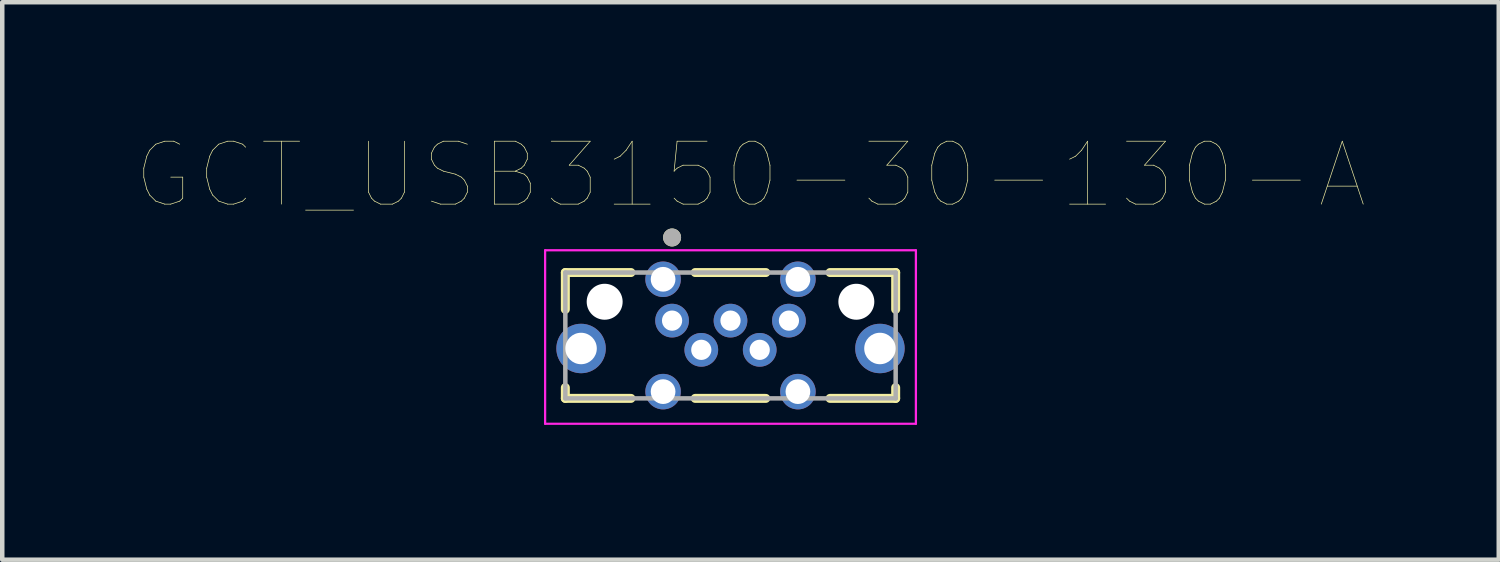
<source format=kicad_pcb>
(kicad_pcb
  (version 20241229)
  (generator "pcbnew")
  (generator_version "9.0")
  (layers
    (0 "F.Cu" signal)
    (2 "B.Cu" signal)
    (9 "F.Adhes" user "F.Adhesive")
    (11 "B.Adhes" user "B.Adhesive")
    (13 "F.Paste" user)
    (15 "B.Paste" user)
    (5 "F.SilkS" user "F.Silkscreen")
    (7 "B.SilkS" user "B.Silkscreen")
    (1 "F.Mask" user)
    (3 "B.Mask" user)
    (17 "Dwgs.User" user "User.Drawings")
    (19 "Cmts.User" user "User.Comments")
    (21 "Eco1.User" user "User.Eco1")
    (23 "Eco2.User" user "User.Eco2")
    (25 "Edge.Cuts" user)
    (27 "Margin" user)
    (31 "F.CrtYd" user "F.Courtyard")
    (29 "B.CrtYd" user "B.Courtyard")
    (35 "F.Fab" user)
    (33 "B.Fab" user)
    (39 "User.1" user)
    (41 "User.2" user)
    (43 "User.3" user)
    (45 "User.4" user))
  (footprint "GCT_USB3150-30-130-A"
    (layer "F.Cu")
    (at 13.204 4.734)
    (property "Reference" "GCT_USB3150-30-130-A" (at 0.445 -3.889 0) (layer "F.SilkS") (effects (font (size 1.4 1.4) (thickness 0.015))))
    (attr through_hole)
    (fp_line (start -3.675 -1.72) (end -3.675 -0.9) (stroke (width 0.2) (type solid)) (layer "F.SilkS"))
    (fp_line (start -3.675 -1.72) (end -2.215 -1.72) (stroke (width 0.2) (type solid)) (layer "F.SilkS"))
    (fp_line (start -3.675 0.84) (end -3.675 1.08) (stroke (width 0.2) (type solid)) (layer "F.SilkS"))
    (fp_line (start -3.675 1.08) (end -2.215 1.08) (stroke (width 0.2) (type solid)) (layer "F.SilkS"))
    (fp_line (start -0.785 -1.72) (end 0.785 -1.72) (stroke (width 0.2) (type solid)) (layer "F.SilkS"))
    (fp_line (start -0.785 1.08) (end 0.785 1.08) (stroke (width 0.2) (type solid)) (layer "F.SilkS"))
    (fp_line (start 2.215 -1.72) (end 3.675 -1.72) (stroke (width 0.2) (type solid)) (layer "F.SilkS"))
    (fp_line (start 2.215 1.08) (end 3.675 1.08) (stroke (width 0.2) (type solid)) (layer "F.SilkS"))
    (fp_line (start 3.675 -1.72) (end 3.675 -0.9) (stroke (width 0.2) (type solid)) (layer "F.SilkS"))
    (fp_line (start 3.675 0.84) (end 3.675 1.08) (stroke (width 0.2) (type solid)) (layer "F.SilkS"))
    (fp_circle (center -1.3 -2.5) (end -1.2 -2.5) (stroke (width 0.2) (type solid)) (fill no) (layer "F.SilkS"))
    (fp_line (start -4.125 -2.215) (end -4.125 1.645) (stroke (width 0.05) (type solid)) (layer "F.CrtYd"))
    (fp_line (start -4.125 -2.215) (end 4.125 -2.215) (stroke (width 0.05) (type solid)) (layer "F.CrtYd"))
    (fp_line (start 4.125 1.645) (end -4.125 1.645) (stroke (width 0.05) (type solid)) (layer "F.CrtYd"))
    (fp_line (start 4.125 1.645) (end 4.125 -2.215) (stroke (width 0.05) (type solid)) (layer "F.CrtYd"))
    (fp_line (start -3.675 -1.72) (end -3.675 1.08) (stroke (width 0.1) (type solid)) (layer "F.Fab"))
    (fp_line (start -3.675 -1.72) (end 3.675 -1.72) (stroke (width 0.1) (type solid)) (layer "F.Fab"))
    (fp_line (start 3.675 1.08) (end -3.675 1.08) (stroke (width 0.1) (type solid)) (layer "F.Fab"))
    (fp_line (start 3.675 1.08) (end 3.675 -1.72) (stroke (width 0.1) (type solid)) (layer "F.Fab"))
    (fp_circle (center -1.3 -2.5) (end -1.2 -2.5) (stroke (width 0.2) (type solid)) (fill no) (layer "F.Fab"))
    (pad "" np_thru_hole circle (at -2.8 -1.07) (size 0.8 0.8) (drill 0.8) (layers "*.Cu" "*.Mask"))
    (pad "" np_thru_hole circle (at 2.8 -1.07) (size 0.8 0.8) (drill 0.8) (layers "*.Cu" "*.Mask"))
    (pad "1" thru_hole circle (at -1.3 -0.65) (size 0.75 0.75) (drill 0.45) (layers "*.Cu" "*.Mask"))
    (pad "2" thru_hole circle (at -0.65 0) (size 0.75 0.75) (drill 0.45) (layers "*.Cu" "*.Mask"))
    (pad "3" thru_hole circle (at 0 -0.65) (size 0.75 0.75) (drill 0.45) (layers "*.Cu" "*.Mask"))
    (pad "4" thru_hole circle (at 0.65 0) (size 0.75 0.75) (drill 0.45) (layers "*.Cu" "*.Mask"))
    (pad "5" thru_hole circle (at 1.3 -0.65) (size 0.75 0.75) (drill 0.45) (layers "*.Cu" "*.Mask"))
    (pad "6" thru_hole circle (at -3.325 -0.03) (size 1.1 1.1) (drill 0.7) (layers "*.Cu" "*.Mask"))
    (pad "6" thru_hole circle (at 3.325 -0.03) (size 1.1 1.1) (drill 0.7) (layers "*.Cu" "*.Mask"))
    (pad "S1" thru_hole circle (at -1.5 -1.57) (size 0.79 0.79) (drill 0.55) (layers "*.Cu" "*.Mask"))
    (pad "S2" thru_hole circle (at 1.5 -1.57) (size 0.79 0.79) (drill 0.55) (layers "*.Cu" "*.Mask"))
    (pad "S3" thru_hole circle (at -1.5 0.93) (size 0.79 0.79) (drill 0.55) (layers "*.Cu" "*.Mask"))
    (pad "S4" thru_hole circle (at 1.5 0.93) (size 0.79 0.79) (drill 0.55) (layers "*.Cu" "*.Mask")))
  (gr_rect
    (start -3 -3)
    (end 30.298 9.404)
    (stroke (width 0.1) (type default))
    (fill no)
    (layer "Edge.Cuts")))
</source>
